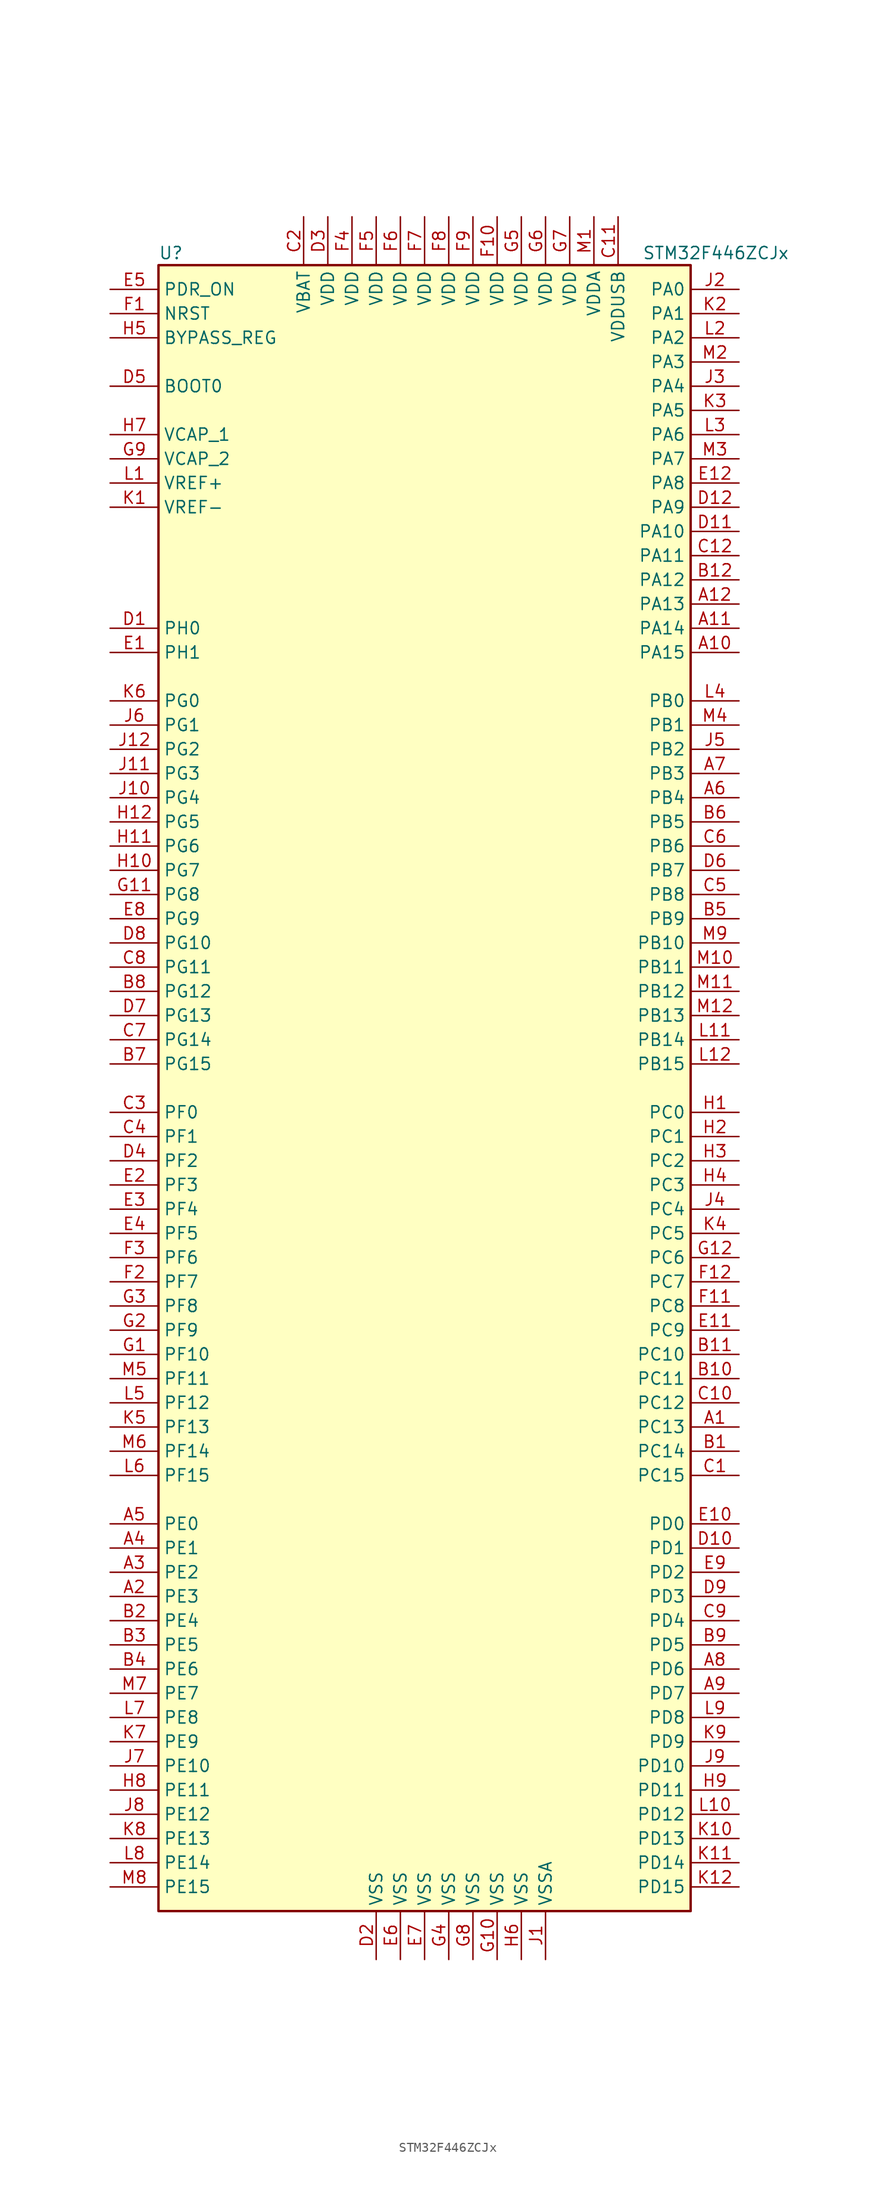
<source format=kicad_sym>
(kicad_symbol_lib
  (version 20211014)
  (generator kicad_symbol_editor)
  (symbol "STM32F446ZCJx"
    (property "Reference" "U"
      (at -27.94 87.63 0)
      (effects (font (size 1.27 1.27)) (justify left)))
    (property "Value" "STM32F446ZCJx"
      (at 22.86 87.63 0)
      (effects (font (size 1.27 1.27)) (justify left)))
    (symbol "STM32F446ZCJx_0_1"
      (rectangle (start -27.94 -86.36) (end 27.94 86.36) (stroke (width 0.254) (type default) (color 0 0 0 0)) (fill (type background))))
    (symbol "STM32F446ZCJx_1_1"
      (pin bidirectional line (at 33.02 -35.56 180) (length 5.08) (name "PC13" (effects (font (size 1.27 1.27)))) (number "A1" (effects (font (size 1.27 1.27)))))
      (pin bidirectional line (at 33.02 45.72 180) (length 5.08) (name "PA15" (effects (font (size 1.27 1.27)))) (number "A10" (effects (font (size 1.27 1.27)))))
      (pin bidirectional line (at 33.02 48.26 180) (length 5.08) (name "PA14" (effects (font (size 1.27 1.27)))) (number "A11" (effects (font (size 1.27 1.27)))))
      (pin bidirectional line (at 33.02 50.8 180) (length 5.08) (name "PA13" (effects (font (size 1.27 1.27)))) (number "A12" (effects (font (size 1.27 1.27)))))
      (pin bidirectional line (at -33.02 -53.34 0) (length 5.08) (name "PE3" (effects (font (size 1.27 1.27)))) (number "A2" (effects (font (size 1.27 1.27)))))
      (pin bidirectional line (at -33.02 -50.8 0) (length 5.08) (name "PE2" (effects (font (size 1.27 1.27)))) (number "A3" (effects (font (size 1.27 1.27)))))
      (pin bidirectional line (at -33.02 -48.26 0) (length 5.08) (name "PE1" (effects (font (size 1.27 1.27)))) (number "A4" (effects (font (size 1.27 1.27)))))
      (pin bidirectional line (at -33.02 -45.72 0) (length 5.08) (name "PE0" (effects (font (size 1.27 1.27)))) (number "A5" (effects (font (size 1.27 1.27)))))
      (pin bidirectional line (at 33.02 30.48 180) (length 5.08) (name "PB4" (effects (font (size 1.27 1.27)))) (number "A6" (effects (font (size 1.27 1.27)))))
      (pin bidirectional line (at 33.02 33.02 180) (length 5.08) (name "PB3" (effects (font (size 1.27 1.27)))) (number "A7" (effects (font (size 1.27 1.27)))))
      (pin bidirectional line (at 33.02 -60.96 180) (length 5.08) (name "PD6" (effects (font (size 1.27 1.27)))) (number "A8" (effects (font (size 1.27 1.27)))))
      (pin bidirectional line (at 33.02 -63.5 180) (length 5.08) (name "PD7" (effects (font (size 1.27 1.27)))) (number "A9" (effects (font (size 1.27 1.27)))))
      (pin bidirectional line (at 33.02 -38.1 180) (length 5.08) (name "PC14" (effects (font (size 1.27 1.27)))) (number "B1" (effects (font (size 1.27 1.27)))))
      (pin bidirectional line (at 33.02 -30.48 180) (length 5.08) (name "PC11" (effects (font (size 1.27 1.27)))) (number "B10" (effects (font (size 1.27 1.27)))))
      (pin bidirectional line (at 33.02 -27.94 180) (length 5.08) (name "PC10" (effects (font (size 1.27 1.27)))) (number "B11" (effects (font (size 1.27 1.27)))))
      (pin bidirectional line (at 33.02 53.34 180) (length 5.08) (name "PA12" (effects (font (size 1.27 1.27)))) (number "B12" (effects (font (size 1.27 1.27)))))
      (pin bidirectional line (at -33.02 -55.88 0) (length 5.08) (name "PE4" (effects (font (size 1.27 1.27)))) (number "B2" (effects (font (size 1.27 1.27)))))
      (pin bidirectional line (at -33.02 -58.42 0) (length 5.08) (name "PE5" (effects (font (size 1.27 1.27)))) (number "B3" (effects (font (size 1.27 1.27)))))
      (pin bidirectional line (at -33.02 -60.96 0) (length 5.08) (name "PE6" (effects (font (size 1.27 1.27)))) (number "B4" (effects (font (size 1.27 1.27)))))
      (pin bidirectional line (at 33.02 17.78 180) (length 5.08) (name "PB9" (effects (font (size 1.27 1.27)))) (number "B5" (effects (font (size 1.27 1.27)))))
      (pin bidirectional line (at 33.02 27.94 180) (length 5.08) (name "PB5" (effects (font (size 1.27 1.27)))) (number "B6" (effects (font (size 1.27 1.27)))))
      (pin bidirectional line (at -33.02 2.54 0) (length 5.08) (name "PG15" (effects (font (size 1.27 1.27)))) (number "B7" (effects (font (size 1.27 1.27)))))
      (pin bidirectional line (at -33.02 10.16 0) (length 5.08) (name "PG12" (effects (font (size 1.27 1.27)))) (number "B8" (effects (font (size 1.27 1.27)))))
      (pin bidirectional line (at 33.02 -58.42 180) (length 5.08) (name "PD5" (effects (font (size 1.27 1.27)))) (number "B9" (effects (font (size 1.27 1.27)))))
      (pin bidirectional line (at 33.02 -40.64 180) (length 5.08) (name "PC15" (effects (font (size 1.27 1.27)))) (number "C1" (effects (font (size 1.27 1.27)))))
      (pin bidirectional line (at 33.02 -33.02 180) (length 5.08) (name "PC12" (effects (font (size 1.27 1.27)))) (number "C10" (effects (font (size 1.27 1.27)))))
      (pin power_in line (at 20.32 91.44 270) (length 5.08) (name "VDDUSB" (effects (font (size 1.27 1.27)))) (number "C11" (effects (font (size 1.27 1.27)))))
      (pin bidirectional line (at 33.02 55.88 180) (length 5.08) (name "PA11" (effects (font (size 1.27 1.27)))) (number "C12" (effects (font (size 1.27 1.27)))))
      (pin power_in line (at -12.7 91.44 270) (length 5.08) (name "VBAT" (effects (font (size 1.27 1.27)))) (number "C2" (effects (font (size 1.27 1.27)))))
      (pin bidirectional line (at -33.02 -2.54 0) (length 5.08) (name "PF0" (effects (font (size 1.27 1.27)))) (number "C3" (effects (font (size 1.27 1.27)))))
      (pin bidirectional line (at -33.02 -5.08 0) (length 5.08) (name "PF1" (effects (font (size 1.27 1.27)))) (number "C4" (effects (font (size 1.27 1.27)))))
      (pin bidirectional line (at 33.02 20.32 180) (length 5.08) (name "PB8" (effects (font (size 1.27 1.27)))) (number "C5" (effects (font (size 1.27 1.27)))))
      (pin bidirectional line (at 33.02 25.4 180) (length 5.08) (name "PB6" (effects (font (size 1.27 1.27)))) (number "C6" (effects (font (size 1.27 1.27)))))
      (pin bidirectional line (at -33.02 5.08 0) (length 5.08) (name "PG14" (effects (font (size 1.27 1.27)))) (number "C7" (effects (font (size 1.27 1.27)))))
      (pin bidirectional line (at -33.02 12.7 0) (length 5.08) (name "PG11" (effects (font (size 1.27 1.27)))) (number "C8" (effects (font (size 1.27 1.27)))))
      (pin bidirectional line (at 33.02 -55.88 180) (length 5.08) (name "PD4" (effects (font (size 1.27 1.27)))) (number "C9" (effects (font (size 1.27 1.27)))))
      (pin input line (at -33.02 48.26 0) (length 5.08) (name "PH0" (effects (font (size 1.27 1.27)))) (number "D1" (effects (font (size 1.27 1.27)))))
      (pin bidirectional line (at 33.02 -48.26 180) (length 5.08) (name "PD1" (effects (font (size 1.27 1.27)))) (number "D10" (effects (font (size 1.27 1.27)))))
      (pin bidirectional line (at 33.02 58.42 180) (length 5.08) (name "PA10" (effects (font (size 1.27 1.27)))) (number "D11" (effects (font (size 1.27 1.27)))))
      (pin bidirectional line (at 33.02 60.96 180) (length 5.08) (name "PA9" (effects (font (size 1.27 1.27)))) (number "D12" (effects (font (size 1.27 1.27)))))
      (pin power_in line (at -5.08 -91.44 90) (length 5.08) (name "VSS" (effects (font (size 1.27 1.27)))) (number "D2" (effects (font (size 1.27 1.27)))))
      (pin power_in line (at -10.16 91.44 270) (length 5.08) (name "VDD" (effects (font (size 1.27 1.27)))) (number "D3" (effects (font (size 1.27 1.27)))))
      (pin bidirectional line (at -33.02 -7.62 0) (length 5.08) (name "PF2" (effects (font (size 1.27 1.27)))) (number "D4" (effects (font (size 1.27 1.27)))))
      (pin input line (at -33.02 73.66 0) (length 5.08) (name "BOOT0" (effects (font (size 1.27 1.27)))) (number "D5" (effects (font (size 1.27 1.27)))))
      (pin bidirectional line (at 33.02 22.86 180) (length 5.08) (name "PB7" (effects (font (size 1.27 1.27)))) (number "D6" (effects (font (size 1.27 1.27)))))
      (pin bidirectional line (at -33.02 7.62 0) (length 5.08) (name "PG13" (effects (font (size 1.27 1.27)))) (number "D7" (effects (font (size 1.27 1.27)))))
      (pin bidirectional line (at -33.02 15.24 0) (length 5.08) (name "PG10" (effects (font (size 1.27 1.27)))) (number "D8" (effects (font (size 1.27 1.27)))))
      (pin bidirectional line (at 33.02 -53.34 180) (length 5.08) (name "PD3" (effects (font (size 1.27 1.27)))) (number "D9" (effects (font (size 1.27 1.27)))))
      (pin input line (at -33.02 45.72 0) (length 5.08) (name "PH1" (effects (font (size 1.27 1.27)))) (number "E1" (effects (font (size 1.27 1.27)))))
      (pin bidirectional line (at 33.02 -45.72 180) (length 5.08) (name "PD0" (effects (font (size 1.27 1.27)))) (number "E10" (effects (font (size 1.27 1.27)))))
      (pin bidirectional line (at 33.02 -25.4 180) (length 5.08) (name "PC9" (effects (font (size 1.27 1.27)))) (number "E11" (effects (font (size 1.27 1.27)))))
      (pin bidirectional line (at 33.02 63.5 180) (length 5.08) (name "PA8" (effects (font (size 1.27 1.27)))) (number "E12" (effects (font (size 1.27 1.27)))))
      (pin bidirectional line (at -33.02 -10.16 0) (length 5.08) (name "PF3" (effects (font (size 1.27 1.27)))) (number "E2" (effects (font (size 1.27 1.27)))))
      (pin bidirectional line (at -33.02 -12.7 0) (length 5.08) (name "PF4" (effects (font (size 1.27 1.27)))) (number "E3" (effects (font (size 1.27 1.27)))))
      (pin bidirectional line (at -33.02 -15.24 0) (length 5.08) (name "PF5" (effects (font (size 1.27 1.27)))) (number "E4" (effects (font (size 1.27 1.27)))))
      (pin input line (at -33.02 83.82 0) (length 5.08) (name "PDR_ON" (effects (font (size 1.27 1.27)))) (number "E5" (effects (font (size 1.27 1.27)))))
      (pin power_in line (at -2.54 -91.44 90) (length 5.08) (name "VSS" (effects (font (size 1.27 1.27)))) (number "E6" (effects (font (size 1.27 1.27)))))
      (pin power_in line (at 0 -91.44 90) (length 5.08) (name "VSS" (effects (font (size 1.27 1.27)))) (number "E7" (effects (font (size 1.27 1.27)))))
      (pin bidirectional line (at -33.02 17.78 0) (length 5.08) (name "PG9" (effects (font (size 1.27 1.27)))) (number "E8" (effects (font (size 1.27 1.27)))))
      (pin bidirectional line (at 33.02 -50.8 180) (length 5.08) (name "PD2" (effects (font (size 1.27 1.27)))) (number "E9" (effects (font (size 1.27 1.27)))))
      (pin input line (at -33.02 81.28 0) (length 5.08) (name "NRST" (effects (font (size 1.27 1.27)))) (number "F1" (effects (font (size 1.27 1.27)))))
      (pin power_in line (at 7.62 91.44 270) (length 5.08) (name "VDD" (effects (font (size 1.27 1.27)))) (number "F10" (effects (font (size 1.27 1.27)))))
      (pin bidirectional line (at 33.02 -22.86 180) (length 5.08) (name "PC8" (effects (font (size 1.27 1.27)))) (number "F11" (effects (font (size 1.27 1.27)))))
      (pin bidirectional line (at 33.02 -20.32 180) (length 5.08) (name "PC7" (effects (font (size 1.27 1.27)))) (number "F12" (effects (font (size 1.27 1.27)))))
      (pin bidirectional line (at -33.02 -20.32 0) (length 5.08) (name "PF7" (effects (font (size 1.27 1.27)))) (number "F2" (effects (font (size 1.27 1.27)))))
      (pin bidirectional line (at -33.02 -17.78 0) (length 5.08) (name "PF6" (effects (font (size 1.27 1.27)))) (number "F3" (effects (font (size 1.27 1.27)))))
      (pin power_in line (at -7.62 91.44 270) (length 5.08) (name "VDD" (effects (font (size 1.27 1.27)))) (number "F4" (effects (font (size 1.27 1.27)))))
      (pin power_in line (at -5.08 91.44 270) (length 5.08) (name "VDD" (effects (font (size 1.27 1.27)))) (number "F5" (effects (font (size 1.27 1.27)))))
      (pin power_in line (at -2.54 91.44 270) (length 5.08) (name "VDD" (effects (font (size 1.27 1.27)))) (number "F6" (effects (font (size 1.27 1.27)))))
      (pin power_in line (at 0 91.44 270) (length 5.08) (name "VDD" (effects (font (size 1.27 1.27)))) (number "F7" (effects (font (size 1.27 1.27)))))
      (pin power_in line (at 2.54 91.44 270) (length 5.08) (name "VDD" (effects (font (size 1.27 1.27)))) (number "F8" (effects (font (size 1.27 1.27)))))
      (pin power_in line (at 5.08 91.44 270) (length 5.08) (name "VDD" (effects (font (size 1.27 1.27)))) (number "F9" (effects (font (size 1.27 1.27)))))
      (pin bidirectional line (at -33.02 -27.94 0) (length 5.08) (name "PF10" (effects (font (size 1.27 1.27)))) (number "G1" (effects (font (size 1.27 1.27)))))
      (pin power_in line (at 7.62 -91.44 90) (length 5.08) (name "VSS" (effects (font (size 1.27 1.27)))) (number "G10" (effects (font (size 1.27 1.27)))))
      (pin bidirectional line (at -33.02 20.32 0) (length 5.08) (name "PG8" (effects (font (size 1.27 1.27)))) (number "G11" (effects (font (size 1.27 1.27)))))
      (pin bidirectional line (at 33.02 -17.78 180) (length 5.08) (name "PC6" (effects (font (size 1.27 1.27)))) (number "G12" (effects (font (size 1.27 1.27)))))
      (pin bidirectional line (at -33.02 -25.4 0) (length 5.08) (name "PF9" (effects (font (size 1.27 1.27)))) (number "G2" (effects (font (size 1.27 1.27)))))
      (pin bidirectional line (at -33.02 -22.86 0) (length 5.08) (name "PF8" (effects (font (size 1.27 1.27)))) (number "G3" (effects (font (size 1.27 1.27)))))
      (pin power_in line (at 2.54 -91.44 90) (length 5.08) (name "VSS" (effects (font (size 1.27 1.27)))) (number "G4" (effects (font (size 1.27 1.27)))))
      (pin power_in line (at 10.16 91.44 270) (length 5.08) (name "VDD" (effects (font (size 1.27 1.27)))) (number "G5" (effects (font (size 1.27 1.27)))))
      (pin power_in line (at 12.7 91.44 270) (length 5.08) (name "VDD" (effects (font (size 1.27 1.27)))) (number "G6" (effects (font (size 1.27 1.27)))))
      (pin power_in line (at 15.24 91.44 270) (length 5.08) (name "VDD" (effects (font (size 1.27 1.27)))) (number "G7" (effects (font (size 1.27 1.27)))))
      (pin power_in line (at 5.08 -91.44 90) (length 5.08) (name "VSS" (effects (font (size 1.27 1.27)))) (number "G8" (effects (font (size 1.27 1.27)))))
      (pin power_in line (at -33.02 66.04 0) (length 5.08) (name "VCAP_2" (effects (font (size 1.27 1.27)))) (number "G9" (effects (font (size 1.27 1.27)))))
      (pin bidirectional line (at 33.02 -2.54 180) (length 5.08) (name "PC0" (effects (font (size 1.27 1.27)))) (number "H1" (effects (font (size 1.27 1.27)))))
      (pin bidirectional line (at -33.02 22.86 0) (length 5.08) (name "PG7" (effects (font (size 1.27 1.27)))) (number "H10" (effects (font (size 1.27 1.27)))))
      (pin bidirectional line (at -33.02 25.4 0) (length 5.08) (name "PG6" (effects (font (size 1.27 1.27)))) (number "H11" (effects (font (size 1.27 1.27)))))
      (pin bidirectional line (at -33.02 27.94 0) (length 5.08) (name "PG5" (effects (font (size 1.27 1.27)))) (number "H12" (effects (font (size 1.27 1.27)))))
      (pin bidirectional line (at 33.02 -5.08 180) (length 5.08) (name "PC1" (effects (font (size 1.27 1.27)))) (number "H2" (effects (font (size 1.27 1.27)))))
      (pin bidirectional line (at 33.02 -7.62 180) (length 5.08) (name "PC2" (effects (font (size 1.27 1.27)))) (number "H3" (effects (font (size 1.27 1.27)))))
      (pin bidirectional line (at 33.02 -10.16 180) (length 5.08) (name "PC3" (effects (font (size 1.27 1.27)))) (number "H4" (effects (font (size 1.27 1.27)))))
      (pin input line (at -33.02 78.74 0) (length 5.08) (name "BYPASS_REG" (effects (font (size 1.27 1.27)))) (number "H5" (effects (font (size 1.27 1.27)))))
      (pin power_in line (at 10.16 -91.44 90) (length 5.08) (name "VSS" (effects (font (size 1.27 1.27)))) (number "H6" (effects (font (size 1.27 1.27)))))
      (pin power_in line (at -33.02 68.58 0) (length 5.08) (name "VCAP_1" (effects (font (size 1.27 1.27)))) (number "H7" (effects (font (size 1.27 1.27)))))
      (pin bidirectional line (at -33.02 -73.66 0) (length 5.08) (name "PE11" (effects (font (size 1.27 1.27)))) (number "H8" (effects (font (size 1.27 1.27)))))
      (pin bidirectional line (at 33.02 -73.66 180) (length 5.08) (name "PD11" (effects (font (size 1.27 1.27)))) (number "H9" (effects (font (size 1.27 1.27)))))
      (pin power_in line (at 12.7 -91.44 90) (length 5.08) (name "VSSA" (effects (font (size 1.27 1.27)))) (number "J1" (effects (font (size 1.27 1.27)))))
      (pin bidirectional line (at -33.02 30.48 0) (length 5.08) (name "PG4" (effects (font (size 1.27 1.27)))) (number "J10" (effects (font (size 1.27 1.27)))))
      (pin bidirectional line (at -33.02 33.02 0) (length 5.08) (name "PG3" (effects (font (size 1.27 1.27)))) (number "J11" (effects (font (size 1.27 1.27)))))
      (pin bidirectional line (at -33.02 35.56 0) (length 5.08) (name "PG2" (effects (font (size 1.27 1.27)))) (number "J12" (effects (font (size 1.27 1.27)))))
      (pin bidirectional line (at 33.02 83.82 180) (length 5.08) (name "PA0" (effects (font (size 1.27 1.27)))) (number "J2" (effects (font (size 1.27 1.27)))))
      (pin bidirectional line (at 33.02 73.66 180) (length 5.08) (name "PA4" (effects (font (size 1.27 1.27)))) (number "J3" (effects (font (size 1.27 1.27)))))
      (pin bidirectional line (at 33.02 -12.7 180) (length 5.08) (name "PC4" (effects (font (size 1.27 1.27)))) (number "J4" (effects (font (size 1.27 1.27)))))
      (pin bidirectional line (at 33.02 35.56 180) (length 5.08) (name "PB2" (effects (font (size 1.27 1.27)))) (number "J5" (effects (font (size 1.27 1.27)))))
      (pin bidirectional line (at -33.02 38.1 0) (length 5.08) (name "PG1" (effects (font (size 1.27 1.27)))) (number "J6" (effects (font (size 1.27 1.27)))))
      (pin bidirectional line (at -33.02 -71.12 0) (length 5.08) (name "PE10" (effects (font (size 1.27 1.27)))) (number "J7" (effects (font (size 1.27 1.27)))))
      (pin bidirectional line (at -33.02 -76.2 0) (length 5.08) (name "PE12" (effects (font (size 1.27 1.27)))) (number "J8" (effects (font (size 1.27 1.27)))))
      (pin bidirectional line (at 33.02 -71.12 180) (length 5.08) (name "PD10" (effects (font (size 1.27 1.27)))) (number "J9" (effects (font (size 1.27 1.27)))))
      (pin power_in line (at -33.02 60.96 0) (length 5.08) (name "VREF-" (effects (font (size 1.27 1.27)))) (number "K1" (effects (font (size 1.27 1.27)))))
      (pin bidirectional line (at 33.02 -78.74 180) (length 5.08) (name "PD13" (effects (font (size 1.27 1.27)))) (number "K10" (effects (font (size 1.27 1.27)))))
      (pin bidirectional line (at 33.02 -81.28 180) (length 5.08) (name "PD14" (effects (font (size 1.27 1.27)))) (number "K11" (effects (font (size 1.27 1.27)))))
      (pin bidirectional line (at 33.02 -83.82 180) (length 5.08) (name "PD15" (effects (font (size 1.27 1.27)))) (number "K12" (effects (font (size 1.27 1.27)))))
      (pin bidirectional line (at 33.02 81.28 180) (length 5.08) (name "PA1" (effects (font (size 1.27 1.27)))) (number "K2" (effects (font (size 1.27 1.27)))))
      (pin bidirectional line (at 33.02 71.12 180) (length 5.08) (name "PA5" (effects (font (size 1.27 1.27)))) (number "K3" (effects (font (size 1.27 1.27)))))
      (pin bidirectional line (at 33.02 -15.24 180) (length 5.08) (name "PC5" (effects (font (size 1.27 1.27)))) (number "K4" (effects (font (size 1.27 1.27)))))
      (pin bidirectional line (at -33.02 -35.56 0) (length 5.08) (name "PF13" (effects (font (size 1.27 1.27)))) (number "K5" (effects (font (size 1.27 1.27)))))
      (pin bidirectional line (at -33.02 40.64 0) (length 5.08) (name "PG0" (effects (font (size 1.27 1.27)))) (number "K6" (effects (font (size 1.27 1.27)))))
      (pin bidirectional line (at -33.02 -68.58 0) (length 5.08) (name "PE9" (effects (font (size 1.27 1.27)))) (number "K7" (effects (font (size 1.27 1.27)))))
      (pin bidirectional line (at -33.02 -78.74 0) (length 5.08) (name "PE13" (effects (font (size 1.27 1.27)))) (number "K8" (effects (font (size 1.27 1.27)))))
      (pin bidirectional line (at 33.02 -68.58 180) (length 5.08) (name "PD9" (effects (font (size 1.27 1.27)))) (number "K9" (effects (font (size 1.27 1.27)))))
      (pin power_in line (at -33.02 63.5 0) (length 5.08) (name "VREF+" (effects (font (size 1.27 1.27)))) (number "L1" (effects (font (size 1.27 1.27)))))
      (pin bidirectional line (at 33.02 -76.2 180) (length 5.08) (name "PD12" (effects (font (size 1.27 1.27)))) (number "L10" (effects (font (size 1.27 1.27)))))
      (pin bidirectional line (at 33.02 5.08 180) (length 5.08) (name "PB14" (effects (font (size 1.27 1.27)))) (number "L11" (effects (font (size 1.27 1.27)))))
      (pin bidirectional line (at 33.02 2.54 180) (length 5.08) (name "PB15" (effects (font (size 1.27 1.27)))) (number "L12" (effects (font (size 1.27 1.27)))))
      (pin bidirectional line (at 33.02 78.74 180) (length 5.08) (name "PA2" (effects (font (size 1.27 1.27)))) (number "L2" (effects (font (size 1.27 1.27)))))
      (pin bidirectional line (at 33.02 68.58 180) (length 5.08) (name "PA6" (effects (font (size 1.27 1.27)))) (number "L3" (effects (font (size 1.27 1.27)))))
      (pin bidirectional line (at 33.02 40.64 180) (length 5.08) (name "PB0" (effects (font (size 1.27 1.27)))) (number "L4" (effects (font (size 1.27 1.27)))))
      (pin bidirectional line (at -33.02 -33.02 0) (length 5.08) (name "PF12" (effects (font (size 1.27 1.27)))) (number "L5" (effects (font (size 1.27 1.27)))))
      (pin bidirectional line (at -33.02 -40.64 0) (length 5.08) (name "PF15" (effects (font (size 1.27 1.27)))) (number "L6" (effects (font (size 1.27 1.27)))))
      (pin bidirectional line (at -33.02 -66.04 0) (length 5.08) (name "PE8" (effects (font (size 1.27 1.27)))) (number "L7" (effects (font (size 1.27 1.27)))))
      (pin bidirectional line (at -33.02 -81.28 0) (length 5.08) (name "PE14" (effects (font (size 1.27 1.27)))) (number "L8" (effects (font (size 1.27 1.27)))))
      (pin bidirectional line (at 33.02 -66.04 180) (length 5.08) (name "PD8" (effects (font (size 1.27 1.27)))) (number "L9" (effects (font (size 1.27 1.27)))))
      (pin power_in line (at 17.78 91.44 270) (length 5.08) (name "VDDA" (effects (font (size 1.27 1.27)))) (number "M1" (effects (font (size 1.27 1.27)))))
      (pin bidirectional line (at 33.02 12.7 180) (length 5.08) (name "PB11" (effects (font (size 1.27 1.27)))) (number "M10" (effects (font (size 1.27 1.27)))))
      (pin bidirectional line (at 33.02 10.16 180) (length 5.08) (name "PB12" (effects (font (size 1.27 1.27)))) (number "M11" (effects (font (size 1.27 1.27)))))
      (pin bidirectional line (at 33.02 7.62 180) (length 5.08) (name "PB13" (effects (font (size 1.27 1.27)))) (number "M12" (effects (font (size 1.27 1.27)))))
      (pin bidirectional line (at 33.02 76.2 180) (length 5.08) (name "PA3" (effects (font (size 1.27 1.27)))) (number "M2" (effects (font (size 1.27 1.27)))))
      (pin bidirectional line (at 33.02 66.04 180) (length 5.08) (name "PA7" (effects (font (size 1.27 1.27)))) (number "M3" (effects (font (size 1.27 1.27)))))
      (pin bidirectional line (at 33.02 38.1 180) (length 5.08) (name "PB1" (effects (font (size 1.27 1.27)))) (number "M4" (effects (font (size 1.27 1.27)))))
      (pin bidirectional line (at -33.02 -30.48 0) (length 5.08) (name "PF11" (effects (font (size 1.27 1.27)))) (number "M5" (effects (font (size 1.27 1.27)))))
      (pin bidirectional line (at -33.02 -38.1 0) (length 5.08) (name "PF14" (effects (font (size 1.27 1.27)))) (number "M6" (effects (font (size 1.27 1.27)))))
      (pin bidirectional line (at -33.02 -63.5 0) (length 5.08) (name "PE7" (effects (font (size 1.27 1.27)))) (number "M7" (effects (font (size 1.27 1.27)))))
      (pin bidirectional line (at -33.02 -83.82 0) (length 5.08) (name "PE15" (effects (font (size 1.27 1.27)))) (number "M8" (effects (font (size 1.27 1.27)))))
      (pin bidirectional line (at 33.02 15.24 180) (length 5.08) (name "PB10" (effects (font (size 1.27 1.27)))) (number "M9" (effects (font (size 1.27 1.27))))))))
</source>
